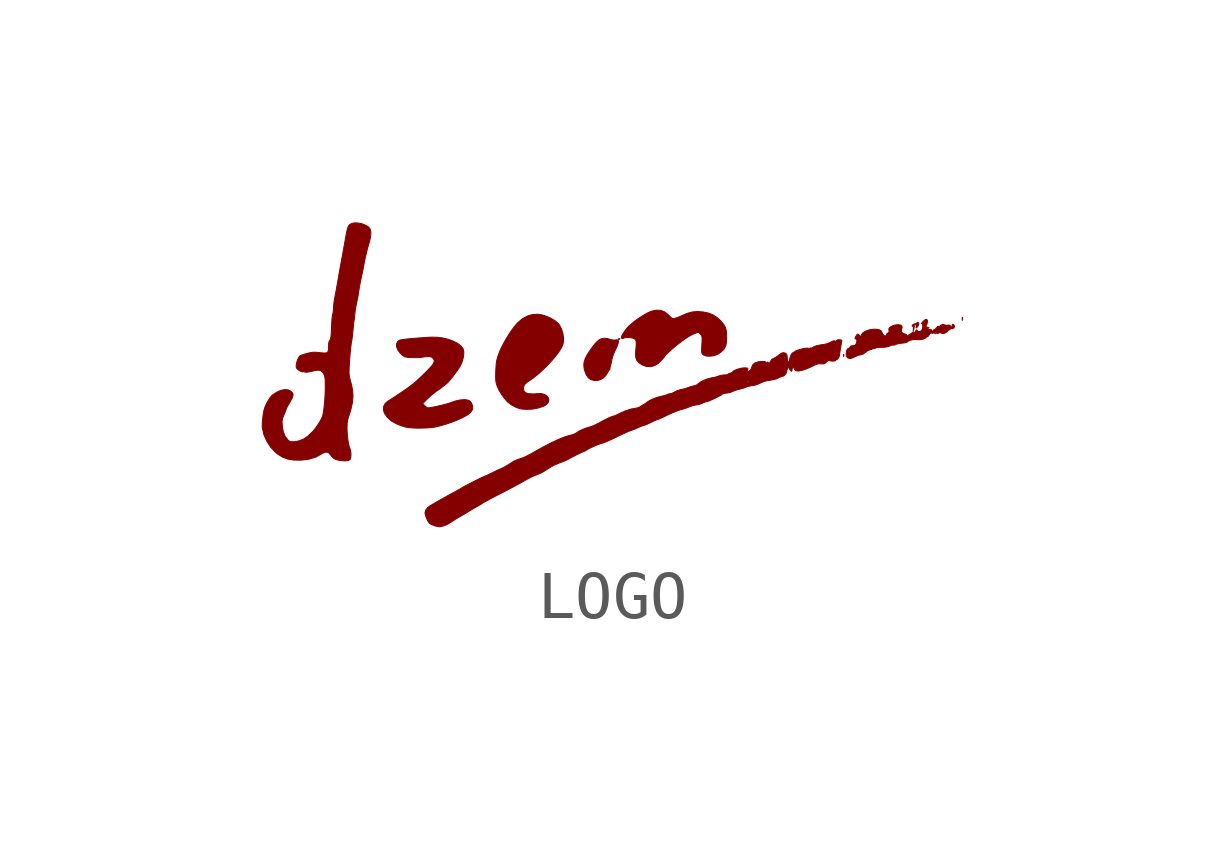
<source format=kicad_sym>
(kicad_symbol_lib
  (version 20220914)
  (generator bitmap2component)
  (symbol "LOGO"
    (pin_names
      (offset 1.016))
    (property "Reference" "#G"
      (at 0 2.621 0)
      (effects (font (size 1.27 1.27)) hide))
    (symbol "LOGO_0_0"
      (polyline (pts (xy -3.66 -3.162) (xy -3.589 -3.142) (xy -3.511 -3.106) (xy -3.432 -3.058) (xy -3.377 -3.021) (xy -3.318 -2.984) (xy -3.271 -2.957) (xy -3.234 -2.936) (xy -3.175 -2.902) (xy -3.117 -2.867) (xy -3.072 -2.839) (xy -3.003 -2.798) (xy -2.938 -2.76) (xy -2.888 -2.732) (xy -2.833 -2.699) (xy -2.791 -2.672) (xy -2.774 -2.661) (xy -2.729 -2.636) (xy -2.665 -2.602) (xy -2.587 -2.56) (xy -2.497 -2.513) (xy -2.402 -2.464) (xy -2.346 -2.435) (xy -2.244 -2.382) (xy -2.146 -2.33) (xy -2.057 -2.282) (xy -1.982 -2.241) (xy -1.929 -2.211) (xy -1.893 -2.19) (xy -1.824 -2.153) (xy -1.76 -2.121) (xy -1.71 -2.099) (xy -1.702 -2.096) (xy -1.621 -2.064) (xy -1.554 -2.033) (xy -1.49 -1.996) (xy -1.416 -1.947) (xy -1.397 -1.935) (xy -1.291 -1.876) (xy -1.176 -1.829) (xy -1.151 -1.82) (xy -1.086 -1.795) (xy -1.029 -1.77) (xy -0.99 -1.75) (xy -0.983 -1.745) (xy -0.946 -1.724) (xy -0.895 -1.697) (xy -0.837 -1.667) (xy -0.779 -1.639) (xy -0.726 -1.614) (xy -0.687 -1.597) (xy -0.667 -1.59) (xy -0.665 -1.59) (xy -0.644 -1.579) (xy -0.613 -1.559) (xy -0.584 -1.541) (xy -0.529 -1.513) (xy -0.461 -1.483) (xy -0.391 -1.454) (xy -0.328 -1.431) (xy -0.281 -1.417) (xy -0.259 -1.41) (xy -0.212 -1.391) (xy -0.149 -1.363) (xy -0.074 -1.329) (xy 0.007 -1.29) (xy 0.073 -1.258) (xy 0.15 -1.222) (xy 0.215 -1.192) (xy 0.264 -1.171) (xy 0.292 -1.161) (xy 0.295 -1.161) (xy 0.333 -1.147) (xy 0.387 -1.126) (xy 0.445 -1.1) (xy 0.457 -1.095) (xy 0.509 -1.072) (xy 0.552 -1.056) (xy 0.575 -1.05) (xy 0.582 -1.049) (xy 0.613 -1.038) (xy 0.66 -1.017) (xy 0.717 -0.99) (xy 0.741 -0.978) (xy 0.793 -0.954) (xy 0.834 -0.936) (xy 0.854 -0.93) (xy 0.857 -0.93) (xy 0.881 -0.921) (xy 0.926 -0.901) (xy 0.986 -0.873) (xy 1.054 -0.84) (xy 1.057 -0.839) (xy 1.135 -0.802) (xy 1.213 -0.769) (xy 1.282 -0.743) (xy 1.334 -0.726) (xy 1.383 -0.713) (xy 1.447 -0.693) (xy 1.497 -0.674) (xy 1.514 -0.666) (xy 1.56 -0.649) (xy 1.594 -0.639) (xy 1.615 -0.634) (xy 1.628 -0.63) (xy 1.629 -0.63) (xy 1.647 -0.627) (xy 1.683 -0.623) (xy 1.694 -0.621) (xy 1.747 -0.607) (xy 1.799 -0.586) (xy 1.815 -0.578) (xy 1.856 -0.562) (xy 1.883 -0.555) (xy 1.895 -0.553) (xy 1.932 -0.54) (xy 1.983 -0.518) (xy 2.042 -0.491) (xy 2.1 -0.463) (xy 2.152 -0.435) (xy 2.191 -0.413) (xy 2.208 -0.399) (xy 2.215 -0.393) (xy 2.246 -0.383) (xy 2.292 -0.379) (xy 2.359 -0.369) (xy 2.417 -0.346) (xy 2.452 -0.33) (xy 2.509 -0.311) (xy 2.57 -0.295) (xy 2.622 -0.282) (xy 2.666 -0.269) (xy 2.689 -0.259) (xy 2.695 -0.255) (xy 2.733 -0.241) (xy 2.794 -0.228) (xy 2.872 -0.216) (xy 2.893 -0.211) (xy 2.941 -0.195) (xy 2.992 -0.172) (xy 3.025 -0.157) (xy 3.069 -0.139) (xy 3.099 -0.129) (xy 3.162 -0.118) (xy 3.237 -0.104) (xy 3.29 -0.093) (xy 3.326 -0.084) (xy 3.348 -0.075) (xy 3.361 -0.067) (xy 3.362 -0.067) (xy 3.393 -0.05) (xy 3.434 -0.037) (xy 3.484 -0.02) (xy 3.526 0.017) (xy 3.544 0.069) (xy 3.551 0.103) (xy 3.567 0.133) (xy 3.575 0.146) (xy 3.576 0.169) (xy 3.573 0.176) (xy 3.583 0.174) (xy 3.591 0.168) (xy 3.601 0.141) (xy 3.601 0.138) (xy 3.611 0.112) (xy 3.631 0.087) (xy 3.649 0.075) (xy 3.653 0.082) (xy 3.657 0.107) (xy 3.659 0.125) (xy 3.671 0.152) (xy 3.688 0.155) (xy 3.705 0.13) (xy 3.719 0.102) (xy 3.732 0.089) (xy 3.743 0.087) (xy 3.773 0.082) (xy 3.785 0.081) (xy 3.831 0.087) (xy 3.895 0.105) (xy 3.97 0.131) (xy 4.049 0.165) (xy 4.126 0.203) (xy 4.155 0.217) (xy 4.206 0.232) (xy 4.261 0.231) (xy 4.269 0.231) (xy 4.312 0.23) (xy 4.343 0.241) (xy 4.376 0.27) (xy 4.39 0.283) (xy 4.417 0.302) (xy 4.431 0.304) (xy 4.447 0.295) (xy 4.48 0.289) (xy 4.517 0.288) (xy 4.548 0.291) (xy 4.561 0.299) (xy 4.562 0.304) (xy 4.577 0.315) (xy 4.578 0.315) (xy 4.606 0.329) (xy 4.631 0.361) (xy 4.645 0.402) (xy 4.649 0.433) (xy 4.663 0.532) (xy 4.68 0.628) (xy 4.686 0.661) (xy 4.693 0.7) (xy 4.696 0.719) (xy 4.696 0.721) (xy 4.678 0.728) (xy 4.643 0.733) (xy 4.602 0.73) (xy 4.581 0.713) (xy 4.572 0.699) (xy 4.553 0.706) (xy 4.54 0.712) (xy 4.512 0.707) (xy 4.468 0.685) (xy 4.45 0.676) (xy 4.394 0.653) (xy 4.343 0.639) (xy 4.256 0.626) (xy 4.178 0.61) (xy 4.125 0.594) (xy 4.095 0.577) (xy 4.074 0.563) (xy 4.053 0.561) (xy 4.046 0.564) (xy 4.028 0.555) (xy 4.019 0.547) (xy 3.998 0.555) (xy 3.984 0.559) (xy 3.945 0.557) (xy 3.893 0.548) (xy 3.835 0.534) (xy 3.78 0.518) (xy 3.736 0.501) (xy 3.712 0.485) (xy 3.702 0.475) (xy 3.683 0.465) (xy 3.666 0.458) (xy 3.642 0.428) (xy 3.621 0.382) (xy 3.608 0.326) (xy 3.603 0.295) (xy 3.597 0.268) (xy 3.589 0.264) (xy 3.576 0.278) (xy 3.572 0.284) (xy 3.561 0.323) (xy 3.556 0.37) (xy 3.555 0.392) (xy 3.547 0.429) (xy 3.527 0.45) (xy 3.511 0.457) (xy 3.471 0.464) (xy 3.429 0.449) (xy 3.378 0.411) (xy 3.353 0.391) (xy 3.309 0.362) (xy 3.274 0.346) (xy 3.239 0.327) (xy 3.204 0.277) (xy 3.191 0.251) (xy 3.177 0.235) (xy 3.169 0.244) (xy 3.158 0.266) (xy 3.143 0.267) (xy 3.135 0.244) (xy 3.134 0.237) (xy 3.131 0.23) (xy 3.121 0.25) (xy 3.115 0.262) (xy 3.099 0.275) (xy 3.07 0.28) (xy 3.02 0.28) (xy 2.957 0.274) (xy 2.886 0.251) (xy 2.839 0.211) (xy 2.836 0.203) (xy 3.121 0.203) (xy 3.128 0.21) (xy 3.136 0.203) (xy 3.151 0.203) (xy 3.158 0.21) (xy 3.166 0.203) (xy 3.158 0.195) (xy 3.151 0.203) (xy 3.136 0.203) (xy 3.128 0.195) (xy 3.121 0.203) (xy 2.836 0.203) (xy 2.814 0.153) (xy 2.81 0.137) (xy 2.795 0.103) (xy 2.78 0.09) (xy 2.772 0.089) (xy 2.761 0.074) (xy 2.759 0.068) (xy 2.744 0.068) (xy 2.735 0.082) (xy 2.734 0.113) (xy 2.736 0.131) (xy 2.729 0.142) (xy 2.704 0.146) (xy 2.657 0.147) (xy 2.624 0.144) (xy 2.569 0.133) (xy 2.514 0.116) (xy 2.464 0.097) (xy 2.429 0.077) (xy 2.416 0.059) (xy 2.416 0.059) (xy 2.402 0.048) (xy 2.37 0.037) (xy 2.37 0.037) (xy 2.338 0.026) (xy 2.325 0.014) (xy 2.321 0.009) (xy 2.295 0.003) (xy 2.252 0) (xy 2.234 -0.001) (xy 2.173 -0.009) (xy 2.121 -0.025) (xy 2.111 -0.029) (xy 2.064 -0.045) (xy 2.025 -0.054) (xy 1.981 -0.061) (xy 1.895 -0.083) (xy 1.813 -0.115) (xy 1.771 -0.137) (xy 2.716 -0.137) (xy 2.718 -0.129) (xy 2.738 -0.115) (xy 2.751 -0.113) (xy 2.761 -0.128) (xy 2.758 -0.138) (xy 2.738 -0.15) (xy 2.728 -0.148) (xy 2.716 -0.137) (xy 1.771 -0.137) (xy 1.743 -0.151) (xy 1.694 -0.19) (xy 1.66 -0.214) (xy 1.627 -0.225) (xy 1.599 -0.23) (xy 1.552 -0.242) (xy 1.498 -0.261) (xy 1.45 -0.278) (xy 1.386 -0.296) (xy 1.335 -0.307) (xy 1.323 -0.309) (xy 1.264 -0.328) (xy 1.212 -0.354) (xy 1.198 -0.362) (xy 1.156 -0.382) (xy 1.125 -0.39) (xy 1.093 -0.395) (xy 1.053 -0.411) (xy 1.048 -0.413) (xy 1.003 -0.429) (xy 0.953 -0.441) (xy 0.95 -0.442) (xy 0.872 -0.46) (xy 0.791 -0.487) (xy 0.716 -0.52) (xy 0.655 -0.554) (xy 0.615 -0.586) (xy 0.613 -0.588) (xy 0.59 -0.603) (xy 0.555 -0.624) (xy 0.547 -0.628) (xy 0.508 -0.651) (xy 0.48 -0.67) (xy 0.476 -0.672) (xy 0.442 -0.685) (xy 0.398 -0.694) (xy 0.304 -0.711) (xy 0.182 -0.75) (xy 0.064 -0.803) (xy 0.058 -0.806) (xy 0.008 -0.831) (xy -0.031 -0.849) (xy -0.053 -0.855) (xy -0.059 -0.856) (xy -0.094 -0.867) (xy -0.148 -0.889) (xy -0.213 -0.92) (xy -0.285 -0.957) (xy -0.358 -0.997) (xy -0.368 -1.003) (xy -0.437 -1.037) (xy -0.508 -1.068) (xy -0.569 -1.088) (xy -0.621 -1.103) (xy -0.709 -1.136) (xy -0.789 -1.176) (xy -0.851 -1.216) (xy -0.854 -1.218) (xy -0.894 -1.238) (xy -0.941 -1.252) (xy -0.98 -1.26) (xy -1.085 -1.293) (xy -1.212 -1.345) (xy -1.359 -1.414) (xy -1.526 -1.5) (xy -1.71 -1.603) (xy -1.728 -1.614) (xy -1.802 -1.654) (xy -1.87 -1.69) (xy -1.927 -1.717) (xy -1.965 -1.732) (xy -2.003 -1.744) (xy -2.072 -1.768) (xy -2.124 -1.789) (xy -2.153 -1.804) (xy -2.163 -1.812) (xy -2.21 -1.844) (xy -2.268 -1.879) (xy -2.328 -1.914) (xy -2.381 -1.942) (xy -2.417 -1.959) (xy -2.427 -1.962) (xy -2.472 -1.981) (xy -2.53 -2.009) (xy -2.591 -2.039) (xy -2.616 -2.052) (xy -2.667 -2.077) (xy -2.704 -2.094) (xy -2.721 -2.1) (xy -2.732 -2.104) (xy -2.766 -2.119) (xy -2.817 -2.143) (xy -2.881 -2.174) (xy -2.951 -2.209) (xy -3.023 -2.246) (xy -3.091 -2.281) (xy -3.151 -2.312) (xy -3.196 -2.336) (xy -3.221 -2.352) (xy -3.247 -2.368) (xy -3.295 -2.396) (xy -3.356 -2.429) (xy -3.423 -2.466) (xy -3.507 -2.511) (xy -3.697 -2.617) (xy -3.888 -2.729) (xy -3.936 -2.764) (xy -3.976 -2.816) (xy -3.991 -2.869) (xy -3.989 -2.893) (xy -3.974 -2.947) (xy -3.951 -3.006) (xy -3.925 -3.057) (xy -3.898 -3.091) (xy -3.888 -3.099) (xy -3.845 -3.122) (xy -3.796 -3.142) (xy -3.777 -3.148) (xy -3.73 -3.159) (xy -3.697 -3.165) (xy -3.66 -3.162)) (stroke (width 0.01) (type default)) (fill (type outline)))
      (polyline (pts (xy -5.596 -1.786) (xy -5.553 -1.764) (xy -5.553 -1.763) (xy -5.541 -1.735) (xy -5.535 -1.688) (xy -5.535 -1.634) (xy -5.54 -1.583) (xy -5.551 -1.546) (xy -5.553 -1.542) (xy -5.572 -1.488) (xy -5.589 -1.413) (xy -5.602 -1.324) (xy -5.612 -1.228) (xy -5.616 -1.133) (xy -5.615 -1.066) (xy -5.613 -1.003) (xy -5.605 -0.95) (xy -5.591 -0.895) (xy -5.569 -0.827) (xy -5.537 -0.726) (xy -5.504 -0.579) (xy -5.492 -0.444) (xy -5.5 -0.316) (xy -5.527 -0.19) (xy -5.53 -0.179) (xy -5.549 -0.11) (xy -5.564 -0.044) (xy -5.573 0.007) (xy -5.574 0.016) (xy -5.575 0.063) (xy -5.573 0.132) (xy -5.568 0.216) (xy -5.562 0.309) (xy -5.555 0.406) (xy -5.546 0.499) (xy -5.537 0.583) (xy -5.529 0.651) (xy -5.521 0.698) (xy -5.515 0.727) (xy -5.507 0.784) (xy -5.499 0.855) (xy -5.492 0.93) (xy -5.486 0.992) (xy -5.479 1.059) (xy -5.473 1.111) (xy -5.469 1.14) (xy -5.464 1.172) (xy -5.457 1.224) (xy -5.452 1.283) (xy -5.443 1.352) (xy -5.43 1.433) (xy -5.415 1.508) (xy -5.414 1.515) (xy -5.399 1.583) (xy -5.387 1.647) (xy -5.379 1.695) (xy -5.369 1.763) (xy -5.354 1.854) (xy -5.336 1.948) (xy -5.319 2.033) (xy -5.304 2.1) (xy -5.293 2.148) (xy -5.279 2.219) (xy -5.266 2.288) (xy -5.26 2.323) (xy -5.229 2.475) (xy -5.191 2.629) (xy -5.151 2.768) (xy -5.145 2.789) (xy -5.123 2.889) (xy -5.119 2.974) (xy -5.134 3.039) (xy -5.168 3.083) (xy -5.217 3.114) (xy -5.293 3.146) (xy -5.372 3.164) (xy -5.448 3.169) (xy -5.514 3.159) (xy -5.561 3.133) (xy -5.569 3.125) (xy -5.582 3.109) (xy -5.594 3.088) (xy -5.604 3.059) (xy -5.615 3.016) (xy -5.628 2.956) (xy -5.643 2.875) (xy -5.662 2.768) (xy -5.666 2.745) (xy -5.683 2.653) (xy -5.699 2.563) (xy -5.713 2.483) (xy -5.725 2.423) (xy -5.734 2.373) (xy -5.748 2.299) (xy -5.764 2.208) (xy -5.782 2.109) (xy -5.799 2.009) (xy -5.816 1.914) (xy -5.833 1.818) (xy -5.849 1.731) (xy -5.863 1.66) (xy -5.872 1.612) (xy -5.882 1.559) (xy -5.892 1.477) (xy -5.897 1.403) (xy -5.901 1.347) (xy -5.908 1.294) (xy -5.916 1.26) (xy -5.919 1.249) (xy -5.925 1.209) (xy -5.931 1.147) (xy -5.936 1.072) (xy -5.94 0.988) (xy -5.942 0.942) (xy -5.946 0.862) (xy -5.95 0.804) (xy -5.957 0.766) (xy -5.964 0.74) (xy -5.975 0.724) (xy -5.977 0.722) (xy -5.991 0.695) (xy -5.999 0.653) (xy -6.001 0.588) (xy -6.002 0.537) (xy -6.009 0.494) (xy -6.027 0.468) (xy -6.059 0.457) (xy -6.112 0.457) (xy -6.19 0.465) (xy -6.208 0.467) (xy -6.272 0.473) (xy -6.324 0.473) (xy -6.376 0.465) (xy -6.441 0.45) (xy -6.457 0.446) (xy -6.518 0.428) (xy -6.567 0.41) (xy -6.597 0.397) (xy -6.603 0.392) (xy -6.628 0.357) (xy -6.651 0.305) (xy -6.668 0.246) (xy -6.677 0.191) (xy -6.673 0.15) (xy -6.673 0.15) (xy -6.655 0.125) (xy -6.623 0.099) (xy -6.585 0.077) (xy -6.551 0.064) (xy -6.531 0.065) (xy -6.521 0.068) (xy -6.496 0.06) (xy -6.471 0.056) (xy -6.418 0.061) (xy -6.339 0.078) (xy -6.337 0.079) (xy -6.26 0.095) (xy -6.204 0.099) (xy -6.163 0.088) (xy -6.131 0.061) (xy -6.1 0.016) (xy -6.094 0.005) (xy -6.084 -0.021) (xy -6.077 -0.053) (xy -6.072 -0.097) (xy -6.07 -0.16) (xy -6.07 -0.246) (xy -6.07 -0.313) (xy -6.075 -0.435) (xy -6.083 -0.556) (xy -6.094 -0.671) (xy -6.108 -0.772) (xy -6.123 -0.85) (xy -6.127 -0.861) (xy -6.15 -0.915) (xy -6.187 -0.982) (xy -6.233 -1.053) (xy -6.283 -1.122) (xy -6.332 -1.18) (xy -6.335 -1.183) (xy -6.428 -1.272) (xy -6.518 -1.335) (xy -6.609 -1.373) (xy -6.706 -1.391) (xy -6.76 -1.393) (xy -6.795 -1.391) (xy -6.82 -1.38) (xy -6.845 -1.358) (xy -6.849 -1.354) (xy -6.908 -1.276) (xy -6.947 -1.176) (xy -6.966 -1.054) (xy -6.968 -1.021) (xy -6.97 -0.967) (xy -6.965 -0.925) (xy -6.953 -0.884) (xy -6.931 -0.832) (xy -6.929 -0.827) (xy -6.907 -0.777) (xy -6.892 -0.737) (xy -6.886 -0.717) (xy -6.884 -0.708) (xy -6.868 -0.677) (xy -6.843 -0.63) (xy -6.81 -0.575) (xy -6.797 -0.552) (xy -6.76 -0.484) (xy -6.742 -0.433) (xy -6.743 -0.394) (xy -6.761 -0.363) (xy -6.796 -0.333) (xy -6.836 -0.314) (xy -6.909 -0.305) (xy -6.991 -0.32) (xy -7.08 -0.359) (xy -7.174 -0.422) (xy -7.179 -0.427) (xy -7.215 -0.467) (xy -7.254 -0.526) (xy -7.292 -0.594) (xy -7.323 -0.661) (xy -7.343 -0.72) (xy -7.344 -0.722) (xy -7.36 -0.802) (xy -7.372 -0.89) (xy -7.38 -0.977) (xy -7.384 -1.054) (xy -7.381 -1.111) (xy -7.348 -1.246) (xy -7.289 -1.381) (xy -7.208 -1.506) (xy -7.109 -1.611) (xy -7.058 -1.652) (xy -6.958 -1.714) (xy -6.849 -1.754) (xy -6.727 -1.774) (xy -6.585 -1.776) (xy -6.546 -1.773) (xy -6.476 -1.766) (xy -6.418 -1.757) (xy -6.38 -1.747) (xy -6.373 -1.745) (xy -6.333 -1.731) (xy -6.303 -1.725) (xy -6.301 -1.725) (xy -6.274 -1.716) (xy -6.231 -1.694) (xy -6.181 -1.665) (xy -6.117 -1.629) (xy -6.065 -1.609) (xy -6.025 -1.61) (xy -5.99 -1.63) (xy -5.956 -1.671) (xy -5.947 -1.684) (xy -5.911 -1.725) (xy -5.873 -1.752) (xy -5.824 -1.77) (xy -5.754 -1.784) (xy -5.664 -1.792) (xy -5.596 -1.786)) (stroke (width 0.01) (type default)) (fill (type outline)))
      (polyline (pts (xy -4.045 -1.108) (xy -3.945 -1.104) (xy -3.855 -1.097) (xy -3.784 -1.087) (xy -3.78 -1.086) (xy -3.662 -1.058) (xy -3.539 -1.021) (xy -3.418 -0.979) (xy -3.303 -0.933) (xy -3.2 -0.885) (xy -3.116 -0.839) (xy -3.055 -0.795) (xy -3.029 -0.767) (xy -2.998 -0.709) (xy -2.997 -0.647) (xy -3.026 -0.582) (xy -3.034 -0.571) (xy -3.06 -0.541) (xy -3.092 -0.526) (xy -3.141 -0.517) (xy -3.165 -0.515) (xy -3.254 -0.521) (xy -3.355 -0.543) (xy -3.46 -0.579) (xy -3.461 -0.58) (xy -3.503 -0.594) (xy -3.567 -0.612) (xy -3.645 -0.632) (xy -3.728 -0.651) (xy -3.81 -0.669) (xy -3.882 -0.682) (xy -3.894 -0.684) (xy -3.932 -0.686) (xy -3.96 -0.675) (xy -3.993 -0.645) (xy -4.04 -0.598) (xy -3.945 -0.502) (xy -3.936 -0.493) (xy -3.878 -0.439) (xy -3.818 -0.389) (xy -3.767 -0.35) (xy -3.725 -0.321) (xy -3.674 -0.285) (xy -3.636 -0.256) (xy -3.633 -0.253) (xy -3.586 -0.216) (xy -3.54 -0.18) (xy -3.523 -0.165) (xy -3.485 -0.124) (xy -3.438 -0.068) (xy -3.388 -0.003) (xy -3.338 0.065) (xy -3.293 0.129) (xy -3.259 0.183) (xy -3.225 0.254) (xy -3.199 0.338) (xy -3.184 0.419) (xy -3.183 0.49) (xy -3.197 0.545) (xy -3.241 0.602) (xy -3.31 0.656) (xy -3.4 0.703) (xy -3.505 0.742) (xy -3.621 0.77) (xy -3.742 0.785) (xy -3.863 0.787) (xy -3.969 0.781) (xy -4.08 0.773) (xy -4.188 0.765) (xy -4.289 0.756) (xy -4.377 0.747) (xy -4.45 0.738) (xy -4.501 0.729) (xy -4.527 0.722) (xy -4.56 0.696) (xy -4.584 0.649) (xy -4.585 0.591) (xy -4.561 0.526) (xy -4.514 0.459) (xy -4.487 0.432) (xy -4.444 0.396) (xy -4.406 0.376) (xy -4.406 0.376) (xy -4.363 0.368) (xy -4.3 0.362) (xy -4.227 0.36) (xy -4.152 0.36) (xy -4.085 0.364) (xy -4.036 0.371) (xy -4.027 0.373) (xy -3.973 0.38) (xy -3.918 0.383) (xy -3.883 0.381) (xy -3.849 0.369) (xy -3.822 0.343) (xy -3.813 0.331) (xy -3.801 0.305) (xy -3.8 0.277) (xy -3.811 0.246) (xy -3.837 0.206) (xy -3.88 0.156) (xy -3.941 0.092) (xy -4.022 0.011) (xy -4.037 -0.004) (xy -4.126 -0.088) (xy -4.205 -0.159) (xy -4.284 -0.222) (xy -4.37 -0.286) (xy -4.473 -0.356) (xy -4.551 -0.408) (xy -4.624 -0.457) (xy -4.687 -0.498) (xy -4.734 -0.528) (xy -4.762 -0.545) (xy -4.764 -0.546) (xy -4.821 -0.595) (xy -4.853 -0.656) (xy -4.859 -0.726) (xy -4.837 -0.798) (xy -4.776 -0.885) (xy -4.689 -0.962) (xy -4.579 -1.022) (xy -4.571 -1.025) (xy -4.505 -1.051) (xy -4.439 -1.074) (xy -4.388 -1.089) (xy -4.387 -1.089) (xy -4.326 -1.099) (xy -4.243 -1.105) (xy -4.147 -1.109) (xy -4.045 -1.108)) (stroke (width 0.01) (type default)) (fill (type outline)))
      (polyline (pts (xy -1.745 -0.711) (xy -1.625 -0.688) (xy -1.515 -0.65) (xy -1.457 -0.614) (xy -1.421 -0.57) (xy -1.41 -0.522) (xy -1.421 -0.477) (xy -1.452 -0.437) (xy -1.501 -0.406) (xy -1.566 -0.389) (xy -1.645 -0.389) (xy -1.668 -0.392) (xy -1.713 -0.396) (xy -1.74 -0.396) (xy -1.742 -0.396) (xy -1.774 -0.394) (xy -1.817 -0.392) (xy -1.837 -0.391) (xy -1.894 -0.371) (xy -1.929 -0.333) (xy -1.94 -0.279) (xy -1.939 -0.267) (xy -1.93 -0.227) (xy -1.907 -0.191) (xy -1.865 -0.153) (xy -1.8 -0.109) (xy -1.74 -0.068) (xy -1.645 0.007) (xy -1.548 0.094) (xy -1.451 0.188) (xy -1.359 0.286) (xy -1.276 0.383) (xy -1.206 0.475) (xy -1.153 0.558) (xy -1.12 0.628) (xy -1.108 0.675) (xy -1.104 0.769) (xy -1.118 0.869) (xy -1.15 0.967) (xy -1.198 1.053) (xy -1.22 1.079) (xy -1.284 1.131) (xy -1.366 1.18) (xy -1.458 1.221) (xy -1.553 1.251) (xy -1.643 1.265) (xy -1.749 1.259) (xy -1.86 1.226) (xy -1.966 1.167) (xy -2.062 1.085) (xy -2.068 1.079) (xy -2.142 0.99) (xy -2.22 0.881) (xy -2.296 0.76) (xy -2.366 0.635) (xy -2.425 0.513) (xy -2.468 0.404) (xy -2.482 0.356) (xy -2.497 0.299) (xy -2.506 0.239) (xy -2.512 0.168) (xy -2.517 0.075) (xy -2.518 0.035) (xy -2.519 -0.04) (xy -2.518 -0.096) (xy -2.513 -0.141) (xy -2.505 -0.18) (xy -2.491 -0.224) (xy -2.487 -0.234) (xy -2.451 -0.314) (xy -2.399 -0.401) (xy -2.339 -0.485) (xy -2.277 -0.556) (xy -2.272 -0.561) (xy -2.2 -0.618) (xy -2.113 -0.667) (xy -2.026 -0.7) (xy -1.981 -0.71) (xy -1.868 -0.719) (xy -1.745 -0.711)) (stroke (width 0.01) (type default)) (fill (type outline)))
      (polyline (pts (xy -0.373 -0.111) (xy -0.296 -0.079) (xy -0.234 -0.024) (xy -0.216 -0.001) (xy -0.189 0.04) (xy -0.173 0.071) (xy -0.164 0.092) (xy -0.148 0.105) (xy -0.143 0.107) (xy -0.137 0.124) (xy -0.138 0.126) (xy -0.135 0.155) (xy -0.124 0.195) (xy -0.121 0.207) (xy -0.108 0.261) (xy -0.098 0.317) (xy -0.096 0.327) (xy -0.082 0.379) (xy -0.059 0.442) (xy -0.03 0.506) (xy 0.006 0.583) (xy 0.031 0.649) (xy 0.04 0.694) (xy 0.033 0.721) (xy 0.009 0.731) (xy -0.032 0.727) (xy -0.043 0.726) (xy -0.087 0.729) (xy -0.137 0.742) (xy -0.193 0.758) (xy -0.256 0.765) (xy -0.314 0.755) (xy -0.369 0.726) (xy -0.426 0.675) (xy -0.488 0.601) (xy -0.559 0.501) (xy -0.615 0.414) (xy -0.654 0.337) (xy -0.676 0.269) (xy -0.682 0.203) (xy -0.675 0.134) (xy -0.662 0.082) (xy -0.63 0.001) (xy -0.587 -0.061) (xy -0.535 -0.098) (xy -0.455 -0.118) (xy -0.373 -0.111)) (stroke (width 0.01) (type default)) (fill (type outline)))
      (polyline (pts (xy 0.791 0.193) (xy 0.874 0.244) (xy 0.955 0.326) (xy 0.981 0.357) (xy 1.009 0.393) (xy 1.025 0.415) (xy 1.029 0.42) (xy 1.052 0.443) (xy 1.092 0.48) (xy 1.145 0.527) (xy 1.205 0.58) (xy 1.288 0.647) (xy 1.395 0.728) (xy 1.494 0.794) (xy 1.583 0.844) (xy 1.656 0.874) (xy 1.67 0.878) (xy 1.703 0.884) (xy 1.725 0.875) (xy 1.751 0.847) (xy 1.763 0.832) (xy 1.774 0.812) (xy 1.781 0.788) (xy 1.783 0.754) (xy 1.782 0.702) (xy 1.778 0.627) (xy 1.776 0.591) (xy 1.774 0.526) (xy 1.774 0.483) (xy 1.778 0.456) (xy 1.786 0.439) (xy 1.798 0.426) (xy 1.819 0.412) (xy 1.878 0.393) (xy 1.95 0.39) (xy 2.027 0.401) (xy 2.098 0.426) (xy 2.174 0.473) (xy 2.24 0.538) (xy 2.278 0.611) (xy 2.283 0.635) (xy 2.292 0.703) (xy 2.295 0.782) (xy 2.293 0.862) (xy 2.285 0.933) (xy 2.272 0.984) (xy 2.235 1.05) (xy 2.171 1.128) (xy 2.094 1.197) (xy 2.01 1.252) (xy 1.928 1.286) (xy 1.805 1.312) (xy 1.688 1.322) (xy 1.579 1.312) (xy 1.469 1.282) (xy 1.35 1.23) (xy 1.313 1.213) (xy 1.257 1.192) (xy 1.213 1.179) (xy 1.182 1.176) (xy 1.157 1.182) (xy 1.131 1.201) (xy 1.093 1.239) (xy 1.071 1.261) (xy 0.997 1.317) (xy 0.918 1.346) (xy 0.829 1.349) (xy 0.727 1.328) (xy 0.716 1.324) (xy 0.664 1.301) (xy 0.598 1.265) (xy 0.525 1.221) (xy 0.452 1.174) (xy 0.387 1.128) (xy 0.338 1.088) (xy 0.332 1.083) (xy 0.294 1.049) (xy 0.261 1.022) (xy 0.238 0.999) (xy 0.2 0.954) (xy 0.161 0.9) (xy 0.128 0.848) (xy 0.107 0.807) (xy 0.105 0.803) (xy 0.103 0.77) (xy 0.12 0.756) (xy 0.151 0.766) (xy 0.175 0.775) (xy 0.225 0.781) (xy 0.283 0.778) (xy 0.337 0.768) (xy 0.375 0.751) (xy 0.38 0.747) (xy 0.395 0.731) (xy 0.405 0.71) (xy 0.41 0.678) (xy 0.41 0.631) (xy 0.406 0.564) (xy 0.398 0.473) (xy 0.397 0.452) (xy 0.4 0.368) (xy 0.423 0.303) (xy 0.469 0.251) (xy 0.54 0.207) (xy 0.618 0.178) (xy 0.706 0.171) (xy 0.791 0.193)) (stroke (width 0.01) (type default)) (fill (type outline)))
      (polyline (pts (xy 4.871 0.342) (xy 4.912 0.353) (xy 4.958 0.374) (xy 4.99 0.389) (xy 5.031 0.406) (xy 5.058 0.414) (xy 5.072 0.415) (xy 5.141 0.436) (xy 5.202 0.48) (xy 5.209 0.487) (xy 5.251 0.514) (xy 5.288 0.525) (xy 5.313 0.528) (xy 5.326 0.538) (xy 5.336 0.546) (xy 5.364 0.547) (xy 5.387 0.548) (xy 5.393 0.556) (xy 5.393 0.557) (xy 5.394 0.564) (xy 5.408 0.568) (xy 5.44 0.572) (xy 5.494 0.575) (xy 5.574 0.577) (xy 5.596 0.578) (xy 5.652 0.588) (xy 5.696 0.604) (xy 5.699 0.606) (xy 5.74 0.62) (xy 5.774 0.623) (xy 5.794 0.622) (xy 5.813 0.63) (xy 5.814 0.631) (xy 5.837 0.642) (xy 5.881 0.652) (xy 5.937 0.661) (xy 5.999 0.667) (xy 6.002 0.668) (xy 6.039 0.675) (xy 6.059 0.687) (xy 6.07 0.698) (xy 6.108 0.717) (xy 6.159 0.732) (xy 6.212 0.739) (xy 6.256 0.737) (xy 6.289 0.734) (xy 6.339 0.736) (xy 6.389 0.746) (xy 6.428 0.76) (xy 6.448 0.777) (xy 6.452 0.784) (xy 6.475 0.795) (xy 6.494 0.804) (xy 6.514 0.832) (xy 6.525 0.851) (xy 6.545 0.872) (xy 6.564 0.88) (xy 6.571 0.869) (xy 6.572 0.868) (xy 6.586 0.866) (xy 6.615 0.877) (xy 6.641 0.889) (xy 6.658 0.891) (xy 6.667 0.877) (xy 6.669 0.873) (xy 6.682 0.862) (xy 6.708 0.871) (xy 6.738 0.881) (xy 6.774 0.87) (xy 6.791 0.863) (xy 6.819 0.862) (xy 6.855 0.879) (xy 6.861 0.883) (xy 6.89 0.903) (xy 6.901 0.917) (xy 6.907 0.926) (xy 6.932 0.938) (xy 6.949 0.946) (xy 6.955 0.959) (xy 6.959 0.965) (xy 6.983 0.964) (xy 7.006 0.964) (xy 7.034 0.982) (xy 7.043 1.012) (xy 7.029 1.045) (xy 7.012 1.057) (xy 6.997 1.045) (xy 6.991 1.008) (xy 6.99 0.968) (xy 6.968 1.008) (xy 6.959 1.024) (xy 6.938 1.04) (xy 6.905 1.037) (xy 6.879 1.033) (xy 6.827 1.045) (xy 6.799 1.055) (xy 6.784 1.05) (xy 6.78 1.044) (xy 6.757 1.035) (xy 6.747 1.033) (xy 6.745 1.019) (xy 6.745 1.013) (xy 6.901 1.013) (xy 6.909 1.02) (xy 6.916 1.013) (xy 6.909 1.005) (xy 6.901 1.013) (xy 6.745 1.013) (xy 6.746 1.009) (xy 6.724 1.012) (xy 6.721 1.013) (xy 6.693 1.01) (xy 6.668 0.983) (xy 6.644 0.957) (xy 6.621 0.945) (xy 6.612 0.944) (xy 6.608 0.932) (xy 6.608 0.923) (xy 6.59 0.908) (xy 6.577 0.905) (xy 6.575 0.908) (xy 6.578 0.915) (xy 6.571 0.933) (xy 6.549 0.947) (xy 6.522 0.948) (xy 6.502 0.949) (xy 6.486 0.973) (xy 6.478 0.993) (xy 6.464 1.005) (xy 6.459 1.004) (xy 6.459 0.99) (xy 6.461 0.984) (xy 6.453 0.975) (xy 6.435 0.981) (xy 6.43 1) (xy 6.447 1.023) (xy 6.45 1.025) (xy 6.468 1.055) (xy 6.479 1.097) (xy 6.479 1.099) (xy 6.476 1.142) (xy 6.46 1.159) (xy 6.43 1.15) (xy 6.389 1.114) (xy 6.371 1.095) (xy 6.355 1.074) (xy 6.356 1.07) (xy 6.356 1.071) (xy 6.371 1.066) (xy 6.38 1.04) (xy 6.383 1.003) (xy 6.377 0.962) (xy 6.36 0.93) (xy 6.329 0.908) (xy 6.294 0.904) (xy 6.266 0.922) (xy 6.256 0.935) (xy 6.245 0.939) (xy 6.237 0.915) (xy 6.223 0.89) (xy 6.196 0.889) (xy 6.176 0.891) (xy 6.156 0.876) (xy 6.151 0.867) (xy 6.129 0.855) (xy 6.116 0.852) (xy 6.091 0.833) (xy 6.075 0.817) (xy 6.054 0.812) (xy 6.046 0.83) (xy 6.04 0.842) (xy 6.014 0.851) (xy 5.991 0.857) (xy 5.956 0.878) (xy 5.943 0.892) (xy 5.936 0.917) (xy 5.944 0.957) (xy 5.951 0.988) (xy 5.949 1.013) (xy 5.931 1.032) (xy 5.921 1.038) (xy 5.877 1.046) (xy 5.821 1.043) (xy 5.763 1.028) (xy 5.714 1.004) (xy 5.69 0.985) (xy 5.675 0.96) (xy 5.677 0.927) (xy 5.68 0.911) (xy 5.677 0.886) (xy 5.656 0.875) (xy 5.639 0.865) (xy 5.626 0.838) (xy 5.626 0.835) (xy 5.616 0.814) (xy 5.594 0.812) (xy 5.569 0.825) (xy 5.546 0.85) (xy 5.533 0.884) (xy 5.521 0.912) (xy 5.486 0.936) (xy 5.434 0.95) (xy 5.371 0.953) (xy 5.303 0.946) (xy 5.237 0.93) (xy 5.177 0.906) (xy 5.131 0.874) (xy 5.103 0.834) (xy 5.086 0.788) (xy 5.063 0.822) (xy 5.054 0.833) (xy 5.034 0.852) (xy 5.015 0.845) (xy 4.992 0.812) (xy 4.984 0.798) (xy 4.969 0.767) (xy 4.97 0.759) (xy 5.087 0.759) (xy 5.09 0.774) (xy 5.096 0.768) (xy 5.099 0.759) (xy 5.095 0.739) (xy 5.09 0.739) (xy 5.087 0.759) (xy 4.97 0.759) (xy 4.971 0.753) (xy 4.989 0.75) (xy 4.998 0.748) (xy 5.009 0.726) (xy 5.007 0.689) (xy 4.992 0.645) (xy 4.988 0.639) (xy 4.964 0.615) (xy 4.925 0.609) (xy 4.886 0.604) (xy 4.868 0.583) (xy 4.859 0.568) (xy 4.838 0.555) (xy 4.834 0.555) (xy 4.809 0.537) (xy 4.792 0.496) (xy 4.786 0.438) (xy 4.791 0.392) (xy 4.812 0.359) (xy 4.854 0.342) (xy 4.871 0.342)) (stroke (width 0.01) (type default)) (fill (type outline)))
      (polyline (pts (xy 4.736 0.386) (xy 4.738 0.393) (xy 4.736 0.424) (xy 4.731 0.426) (xy 4.728 0.405) (xy 4.73 0.385) (xy 4.736 0.386)) (stroke (width 0.01) (type default)) (fill (type outline)))
      (polyline (pts (xy 0.051 0.738) (xy 0.067 0.75) (xy 0.069 0.757) (xy 0.053 0.756) (xy 0.042 0.751) (xy 0.03 0.741) (xy 0.034 0.736) (xy 0.051 0.738)) (stroke (width 0.01) (type default)) (fill (type outline)))
      (polyline (pts (xy 6.646 0.863) (xy 6.639 0.87) (xy 6.631 0.863) (xy 6.639 0.855) (xy 6.646 0.863)) (stroke (width 0.01) (type default)) (fill (type outline)))
      (polyline (pts (xy 6.196 0.96) (xy 6.198 0.966) (xy 6.205 1.005) (xy 6.204 1.031) (xy 6.203 1.034) (xy 6.204 1.053) (xy 6.221 1.052) (xy 6.249 1.031) (xy 6.25 1.03) (xy 6.265 1.012) (xy 6.26 1.011) (xy 6.248 1.014) (xy 6.242 0.995) (xy 6.243 0.982) (xy 6.251 0.981) (xy 6.272 1.003) (xy 6.285 1.022) (xy 6.299 1.057) (xy 6.297 1.084) (xy 6.279 1.095) (xy 6.268 1.093) (xy 6.256 1.08) (xy 6.255 1.074) (xy 6.237 1.068) (xy 6.215 1.066) (xy 6.186 1.053) (xy 6.164 1.035) (xy 6.159 1.019) (xy 6.163 1.015) (xy 6.179 1.011) (xy 6.181 1.012) (xy 6.186 0.997) (xy 6.186 0.963) (xy 6.182 0.908) (xy 6.196 0.96)) (stroke (width 0.01) (type default)) (fill (type outline)))
      (polyline (pts (xy 6.511 0.983) (xy 6.504 0.99) (xy 6.496 0.983) (xy 6.504 0.975) (xy 6.511 0.983)) (stroke (width 0.01) (type default)) (fill (type outline)))
      (polyline (pts (xy 7.216 1.148) (xy 7.209 1.155) (xy 7.201 1.148) (xy 7.209 1.14) (xy 7.216 1.148)) (stroke (width 0.01) (type default)) (fill (type outline)))
      (polyline (pts (xy 7.213 1.177) (xy 7.211 1.195) (xy 7.207 1.198) (xy 7.201 1.185) (xy 7.202 1.177) (xy 7.211 1.175) (xy 7.213 1.177)) (stroke (width 0.01) (type default)) (fill (type outline))))))
</source>
